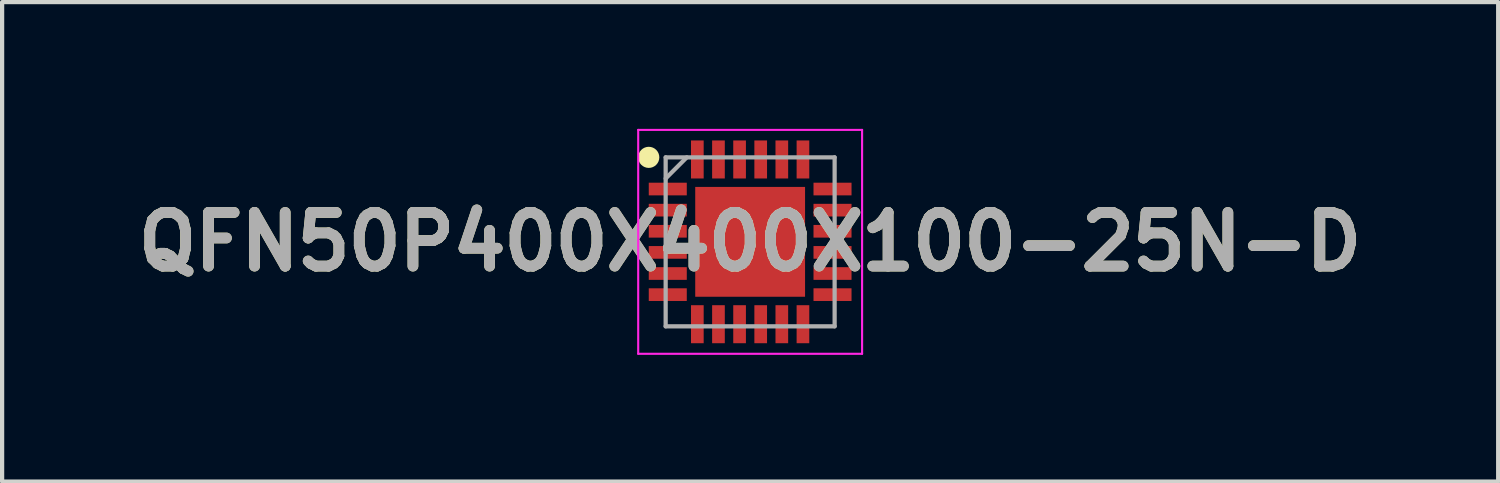
<source format=kicad_pcb>
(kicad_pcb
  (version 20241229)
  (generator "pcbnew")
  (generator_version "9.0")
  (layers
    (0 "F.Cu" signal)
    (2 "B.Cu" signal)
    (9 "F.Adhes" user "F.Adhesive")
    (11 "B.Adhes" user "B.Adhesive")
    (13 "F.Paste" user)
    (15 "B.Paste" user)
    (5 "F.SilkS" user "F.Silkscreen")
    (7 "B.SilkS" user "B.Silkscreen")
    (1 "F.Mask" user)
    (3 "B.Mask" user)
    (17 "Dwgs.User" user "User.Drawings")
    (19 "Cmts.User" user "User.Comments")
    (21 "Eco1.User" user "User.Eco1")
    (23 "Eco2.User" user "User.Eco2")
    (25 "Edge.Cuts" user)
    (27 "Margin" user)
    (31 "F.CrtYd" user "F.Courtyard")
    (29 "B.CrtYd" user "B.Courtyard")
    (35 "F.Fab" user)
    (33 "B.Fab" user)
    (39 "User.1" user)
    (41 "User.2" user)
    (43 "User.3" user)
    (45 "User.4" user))
  (footprint "QFN50P400X400X100-25N-D"
    (layer "F.Cu")
    (at 14.708 2.675)
    (property "Reference" "QFN50P400X400X100-25N-D" (at 0 0 0) (layer "F.SilkS") (effects (font (size 1.27 1.27) (thickness 0.254))))
    (attr smd)
    (fp_circle (center -2.4 -2) (end -2.4 -1.875) (stroke (width 0.25) (type solid)) (fill no) (layer "F.SilkS"))
    (fp_line (start -2.65 -2.65) (end 2.65 -2.65) (stroke (width 0.05) (type solid)) (layer "F.CrtYd"))
    (fp_line (start -2.65 2.65) (end -2.65 -2.65) (stroke (width 0.05) (type solid)) (layer "F.CrtYd"))
    (fp_line (start 2.65 -2.65) (end 2.65 2.65) (stroke (width 0.05) (type solid)) (layer "F.CrtYd"))
    (fp_line (start 2.65 2.65) (end -2.65 2.65) (stroke (width 0.05) (type solid)) (layer "F.CrtYd"))
    (fp_line (start -2 -2) (end 2 -2) (stroke (width 0.1) (type solid)) (layer "F.Fab"))
    (fp_line (start -2 -1.5) (end -1.5 -2) (stroke (width 0.1) (type solid)) (layer "F.Fab"))
    (fp_line (start -2 2) (end -2 -2) (stroke (width 0.1) (type solid)) (layer "F.Fab"))
    (fp_line (start 2 -2) (end 2 2) (stroke (width 0.1) (type solid)) (layer "F.Fab"))
    (fp_line (start 2 2) (end -2 2) (stroke (width 0.1) (type solid)) (layer "F.Fab"))
    (fp_text user "${REFERENCE}" (at 0 0 0) (layer "F.Fab") (effects (font (size 1.27 1.27) (thickness 0.254))))
    (pad "1" smd rect (at -1.95 -1.25 90) (size 0.3 0.9) (layers "F.Cu" "F.Mask" "F.Paste"))
    (pad "2" smd rect (at -1.95 -0.75 90) (size 0.3 0.9) (layers "F.Cu" "F.Mask" "F.Paste"))
    (pad "3" smd rect (at -1.95 -0.25 90) (size 0.3 0.9) (layers "F.Cu" "F.Mask" "F.Paste"))
    (pad "4" smd rect (at -1.95 0.25 90) (size 0.3 0.9) (layers "F.Cu" "F.Mask" "F.Paste"))
    (pad "5" smd rect (at -1.95 0.75 90) (size 0.3 0.9) (layers "F.Cu" "F.Mask" "F.Paste"))
    (pad "6" smd rect (at -1.95 1.25 90) (size 0.3 0.9) (layers "F.Cu" "F.Mask" "F.Paste"))
    (pad "7" smd rect (at -1.25 1.95) (size 0.3 0.9) (layers "F.Cu" "F.Mask" "F.Paste"))
    (pad "8" smd rect (at -0.75 1.95) (size 0.3 0.9) (layers "F.Cu" "F.Mask" "F.Paste"))
    (pad "9" smd rect (at -0.25 1.95) (size 0.3 0.9) (layers "F.Cu" "F.Mask" "F.Paste"))
    (pad "10" smd rect (at 0.25 1.95) (size 0.3 0.9) (layers "F.Cu" "F.Mask" "F.Paste"))
    (pad "11" smd rect (at 0.75 1.95) (size 0.3 0.9) (layers "F.Cu" "F.Mask" "F.Paste"))
    (pad "12" smd rect (at 1.25 1.95) (size 0.3 0.9) (layers "F.Cu" "F.Mask" "F.Paste"))
    (pad "13" smd rect (at 1.95 1.25 90) (size 0.3 0.9) (layers "F.Cu" "F.Mask" "F.Paste"))
    (pad "14" smd rect (at 1.95 0.75 90) (size 0.3 0.9) (layers "F.Cu" "F.Mask" "F.Paste"))
    (pad "15" smd rect (at 1.95 0.25 90) (size 0.3 0.9) (layers "F.Cu" "F.Mask" "F.Paste"))
    (pad "16" smd rect (at 1.95 -0.25 90) (size 0.3 0.9) (layers "F.Cu" "F.Mask" "F.Paste"))
    (pad "17" smd rect (at 1.95 -0.75 90) (size 0.3 0.9) (layers "F.Cu" "F.Mask" "F.Paste"))
    (pad "18" smd rect (at 1.95 -1.25 90) (size 0.3 0.9) (layers "F.Cu" "F.Mask" "F.Paste"))
    (pad "19" smd rect (at 1.25 -1.95) (size 0.3 0.9) (layers "F.Cu" "F.Mask" "F.Paste"))
    (pad "20" smd rect (at 0.75 -1.95) (size 0.3 0.9) (layers "F.Cu" "F.Mask" "F.Paste"))
    (pad "21" smd rect (at 0.25 -1.95) (size 0.3 0.9) (layers "F.Cu" "F.Mask" "F.Paste"))
    (pad "22" smd rect (at -0.25 -1.95) (size 0.3 0.9) (layers "F.Cu" "F.Mask" "F.Paste"))
    (pad "23" smd rect (at -0.75 -1.95) (size 0.3 0.9) (layers "F.Cu" "F.Mask" "F.Paste"))
    (pad "24" smd rect (at -1.25 -1.95) (size 0.3 0.9) (layers "F.Cu" "F.Mask" "F.Paste"))
    (pad "25" smd rect (at 0 0) (size 2.6 2.6) (layers "F.Cu" "F.Mask" "F.Paste")))
  (gr_rect
    (start -3 -3)
    (end 32.416 8.35)
    (stroke (width 0.1) (type default))
    (fill no)
    (layer "Edge.Cuts")))
</source>
